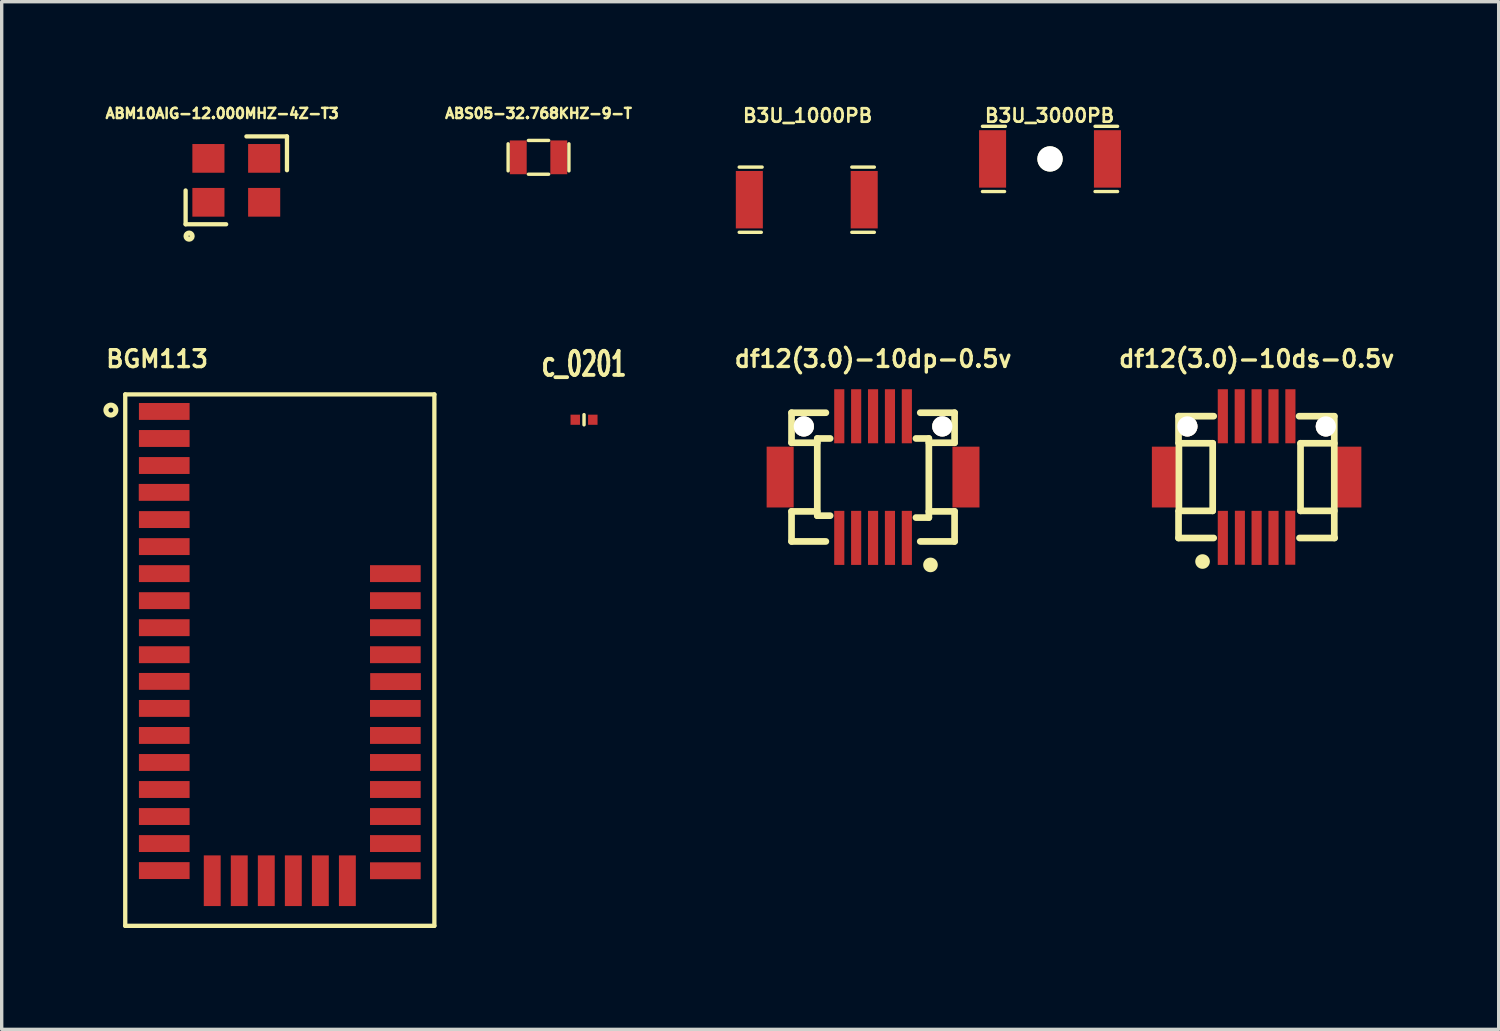
<source format=kicad_pcb>
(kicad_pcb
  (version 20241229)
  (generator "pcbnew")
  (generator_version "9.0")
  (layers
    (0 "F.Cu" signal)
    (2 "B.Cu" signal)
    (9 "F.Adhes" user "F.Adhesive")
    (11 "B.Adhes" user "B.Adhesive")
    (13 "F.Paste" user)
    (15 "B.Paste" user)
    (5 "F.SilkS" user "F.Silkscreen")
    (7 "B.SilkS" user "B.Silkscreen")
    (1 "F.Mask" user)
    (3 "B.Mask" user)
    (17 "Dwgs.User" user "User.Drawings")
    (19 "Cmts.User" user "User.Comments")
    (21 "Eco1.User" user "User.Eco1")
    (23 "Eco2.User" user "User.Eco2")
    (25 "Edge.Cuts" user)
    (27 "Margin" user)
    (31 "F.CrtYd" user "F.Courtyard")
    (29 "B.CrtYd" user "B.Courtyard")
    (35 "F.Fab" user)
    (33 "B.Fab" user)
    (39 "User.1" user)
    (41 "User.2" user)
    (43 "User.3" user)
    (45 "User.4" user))
  (footprint "B3U_3000PB"
    (layer "F.Cu")
    (at 28.03 1.654)
    (property "Reference" "B3U_3000PB" (at -0.013 -1.283 0) (layer "F.SilkS") (effects (font (size 0.399 0.399) (thickness 0.079))))
    (attr through_hole)
    (fp_line (start -2 -0.965) (end -1.321 -0.965) (stroke (width 0.1) (type solid)) (layer "F.SilkS"))
    (fp_line (start -2 0.965) (end -1.346 0.965) (stroke (width 0.1) (type solid)) (layer "F.SilkS"))
    (fp_line (start 2 -0.965) (end 1.333 -0.965) (stroke (width 0.1) (type solid)) (layer "F.SilkS"))
    (fp_line (start 2 0.965) (end 1.333 0.965) (stroke (width 0.1) (type solid)) (layer "F.SilkS"))
    (pad "" np_thru_hole circle (at 0 0) (size 0.75 0.75) (drill 0.75) (layers "*.Cu" "*.Mask" "F.SilkS"))
    (pad "1" smd rect (at -1.7 0) (size 0.8 1.7) (layers "F.Cu" "F.Mask" "F.Paste"))
    (pad "2" smd rect (at 1.7 0) (size 0.8 1.7) (layers "F.Cu" "F.Mask" "F.Paste")))
  (footprint "df12(3.0)-10ds-0.5v"
    (layer "F.Cu")
    (at 34.145 11.071)
    (property "Reference" "df12(3.0)-10ds-0.5v" (at 0 -3.5 0) (layer "F.SilkS") (effects (font (size 0.498 0.498) (thickness 0.099))))
    (attr through_hole)
    (fp_line (start -2.311 -1.803) (end -1.27 -1.803) (stroke (width 0.198) (type solid)) (layer "F.SilkS"))
    (fp_line (start -2.311 -1.016) (end -2.311 -1.803) (stroke (width 0.198) (type solid)) (layer "F.SilkS"))
    (fp_line (start -2.311 1.803) (end -2.311 1.016) (stroke (width 0.198) (type solid)) (layer "F.SilkS"))
    (fp_line (start -2.3 1) (end -2.3 -1) (stroke (width 0.198) (type solid)) (layer "F.SilkS"))
    (fp_line (start -1.6 2.5) (end -1.5 2.5) (stroke (width 0.15) (type solid)) (layer "F.SilkS"))
    (fp_line (start -1.3 -1) (end -2.3 -1) (stroke (width 0.198) (type solid)) (layer "F.SilkS"))
    (fp_line (start -1.3 1) (end -2.3 1) (stroke (width 0.198) (type solid)) (layer "F.SilkS"))
    (fp_line (start -1.3 1) (end -1.3 -1) (stroke (width 0.198) (type solid)) (layer "F.SilkS"))
    (fp_line (start -1.27 1.803) (end -2.311 1.803) (stroke (width 0.198) (type solid)) (layer "F.SilkS"))
    (fp_line (start 1.257 -1.801) (end 2.299 -1.801) (stroke (width 0.198) (type solid)) (layer "F.SilkS"))
    (fp_line (start 1.3 -1) (end 1.3 1) (stroke (width 0.198) (type solid)) (layer "F.SilkS"))
    (fp_line (start 1.3 -1) (end 2.3 -1) (stroke (width 0.198) (type solid)) (layer "F.SilkS"))
    (fp_line (start 2.299 -1.801) (end 2.299 1.801) (stroke (width 0.198) (type solid)) (layer "F.SilkS"))
    (fp_line (start 2.3 1) (end 1.3 1) (stroke (width 0.198) (type solid)) (layer "F.SilkS"))
    (fp_line (start 2.311 1.803) (end 1.27 1.803) (stroke (width 0.198) (type solid)) (layer "F.SilkS"))
    (fp_circle (center -1.6 2.5) (end -1.5 2.5) (stroke (width 0.15) (type solid)) (fill no) (layer "F.SilkS"))
    (fp_circle (center -1.6 2.5) (end -1.5 2.6) (stroke (width 0.15) (type solid)) (fill no) (layer "F.SilkS"))
    (pad "" smd rect (at -2.7 0) (size 0.8 1.8) (layers "F.Cu" "F.Mask" "F.Paste"))
    (pad "" np_thru_hole circle (at -2.05 -1.5) (size 0.6 0.6) (drill 0.597) (layers "*.Cu" "*.Mask" "F.SilkS"))
    (pad "" np_thru_hole circle (at 2.05 -1.5) (size 0.6 0.6) (drill 0.597) (layers "*.Cu" "*.Mask" "F.SilkS"))
    (pad "" smd rect (at 2.7 0) (size 0.8 1.8) (layers "F.Cu" "F.Mask" "F.Paste"))
    (pad "1" smd rect (at -1 1.8) (size 0.3 1.6) (layers "F.Cu" "F.Mask" "F.Paste"))
    (pad "2" smd rect (at -0.495 1.796) (size 0.297 1.598) (layers "F.Cu" "F.Mask" "F.Paste"))
    (pad "3" smd rect (at 0 1.8) (size 0.3 1.6) (layers "F.Cu" "F.Mask" "F.Paste"))
    (pad "4" smd rect (at 0.5 1.8) (size 0.3 1.6) (layers "F.Cu" "F.Mask" "F.Paste"))
    (pad "5" smd rect (at 0.996 1.796) (size 0.297 1.598) (layers "F.Cu" "F.Mask" "F.Paste"))
    (pad "6" smd rect (at 1 -1.8) (size 0.3 1.6) (layers "F.Cu" "F.Mask" "F.Paste"))
    (pad "7" smd rect (at 0.5 -1.8) (size 0.3 1.6) (layers "F.Cu" "F.Mask" "F.Paste"))
    (pad "8" smd rect (at 0 -1.8) (size 0.3 1.6) (layers "F.Cu" "F.Mask" "F.Paste"))
    (pad "9" smd rect (at -0.5 -1.8) (size 0.3 1.6) (layers "F.Cu" "F.Mask" "F.Paste"))
    (pad "10" smd rect (at -1 -1.8) (size 0.3 1.6) (layers "F.Cu" "F.Mask" "F.Paste")))
  (footprint "c_0201"
    (layer "F.Cu")
    (at 14.237 9.374)
    (property "Reference" "c_0201" (at 0 -1.651 0) (layer "F.SilkS") (effects (font (size 0.711 0.457) (thickness 0.114))))
    (attr through_hole)
    (fp_line (start 0 -0.15) (end 0 0.15) (stroke (width 0.102) (type solid)) (layer "F.SilkS"))
    (pad "1" smd rect (at -0.26 0) (size 0.28 0.3) (layers "F.Cu" "F.Mask" "F.Paste"))
    (pad "2" smd rect (at 0.26 0) (size 0.28 0.3) (layers "F.Cu" "F.Mask" "F.Paste")))
  (footprint "B3U_1000PB"
    (layer "F.Cu")
    (at 20.83 2.861)
    (property "Reference" "B3U_1000PB" (at 0.025 -2.489 0) (layer "F.SilkS") (effects (font (size 0.399 0.399) (thickness 0.079))))
    (attr through_hole)
    (fp_line (start -2 -0.965) (end -1.321 -0.965) (stroke (width 0.1) (type solid)) (layer "F.SilkS"))
    (fp_line (start -2 0.965) (end -1.346 0.965) (stroke (width 0.1) (type solid)) (layer "F.SilkS"))
    (fp_line (start 2 -0.965) (end 1.333 -0.965) (stroke (width 0.1) (type solid)) (layer "F.SilkS"))
    (fp_line (start 2 0.965) (end 1.333 0.965) (stroke (width 0.1) (type solid)) (layer "F.SilkS"))
    (pad "1" smd rect (at -1.7 0) (size 0.8 1.7) (layers "F.Cu" "F.Mask" "F.Paste"))
    (pad "2" smd rect (at 1.7 0) (size 0.8 1.7) (layers "F.Cu" "F.Mask" "F.Paste")))
  (footprint "ABS05-32.768KHZ-9-T"
    (layer "F.Cu")
    (at 12.89 1.607)
    (property "Reference" "ABS05-32.768KHZ-9-T" (at 0 -1.3 0) (layer "F.SilkS") (effects (font (size 0.3 0.3) (thickness 0.075))))
    (attr through_hole)
    (fp_line (start -0.9 0.4) (end -0.9 -0.4) (stroke (width 0.1) (type solid)) (layer "F.SilkS"))
    (fp_line (start -0.3 -0.5) (end 0.3 -0.5) (stroke (width 0.1) (type solid)) (layer "F.SilkS"))
    (fp_line (start 0.3 0.5) (end -0.3 0.5) (stroke (width 0.1) (type solid)) (layer "F.SilkS"))
    (fp_line (start 0.9 -0.4) (end 0.9 0.4) (stroke (width 0.1) (type solid)) (layer "F.SilkS"))
    (pad "1" smd rect (at -0.6 0) (size 0.5 1) (layers "F.Cu" "F.Mask" "F.Paste"))
    (pad "2" smd rect (at 0.6 0) (size 0.5 1) (layers "F.Cu" "F.Mask" "F.Paste")))
  (footprint "ABM10AIG-12.000MHZ-4Z-T3"
    (layer "F.Cu")
    (at 3.944 2.288)
    (property "Reference" "ABM10AIG-12.000MHZ-4Z-T3" (at -0.419 -1.981 0) (layer "F.SilkS") (effects (font (size 0.3 0.3) (thickness 0.075))))
    (attr through_hole)
    (fp_line (start -1.5 1.3) (end -1.5 0.3) (stroke (width 0.127) (type solid)) (layer "F.SilkS"))
    (fp_line (start -0.3 1.3) (end -1.5 1.3) (stroke (width 0.127) (type solid)) (layer "F.SilkS"))
    (fp_line (start 0.3 -1.3) (end 1.5 -1.3) (stroke (width 0.127) (type solid)) (layer "F.SilkS"))
    (fp_line (start 1.5 -1.3) (end 1.5 -0.3) (stroke (width 0.127) (type solid)) (layer "F.SilkS"))
    (fp_circle (center -1.397 1.651) (end -1.321 1.702) (stroke (width 0.15) (type solid)) (fill no) (layer "F.SilkS"))
    (pad "1" smd rect (at -0.825 0.65) (size 0.95 0.85) (layers "F.Cu" "F.Mask" "F.Paste"))
    (pad "2" smd rect (at 0.825 0.65) (size 0.95 0.85) (layers "F.Cu" "F.Mask" "F.Paste"))
    (pad "3" smd rect (at 0.825 -0.65) (size 0.95 0.85) (layers "F.Cu" "F.Mask" "F.Paste"))
    (pad "4" smd rect (at -0.825 -0.65) (size 0.95 0.85) (layers "F.Cu" "F.Mask" "F.Paste")))
  (footprint "BGM113"
    (layer "F.Cu")
    (at 5.232 16.489)
    (property "Reference" "BGM113" (at -3.632 -8.915 0) (layer "F.SilkS") (effects (font (size 0.5 0.5) (thickness 0.1))))
    (attr through_hole)
    (fp_line (start -4.575 -7.865) (end 4.575 -7.865) (stroke (width 0.127) (type solid)) (layer "F.SilkS"))
    (fp_line (start -4.575 7.865) (end -4.575 -7.865) (stroke (width 0.127) (type solid)) (layer "F.SilkS"))
    (fp_line (start 4.575 -7.865) (end 4.575 7.865) (stroke (width 0.127) (type solid)) (layer "F.SilkS"))
    (fp_line (start 4.575 7.865) (end -4.575 7.865) (stroke (width 0.127) (type solid)) (layer "F.SilkS"))
    (fp_circle (center -5 -7.4) (end -4.949 -7.349) (stroke (width 0.15) (type solid)) (fill no) (layer "F.SilkS"))
    (pad "1" smd rect (at -3.42 -7.36) (size 1.5 0.5) (layers "F.Cu" "F.Mask" "F.Paste"))
    (pad "2" smd rect (at -3.42 -6.56) (size 1.5 0.5) (layers "F.Cu" "F.Mask" "F.Paste"))
    (pad "3" smd rect (at -3.42 -5.76) (size 1.5 0.5) (layers "F.Cu" "F.Mask" "F.Paste"))
    (pad "4" smd rect (at -3.425 -4.965) (size 1.5 0.5) (layers "F.Cu" "F.Mask" "F.Paste"))
    (pad "5" smd rect (at -3.42 -4.16) (size 1.5 0.5) (layers "F.Cu" "F.Mask" "F.Paste"))
    (pad "6" smd rect (at -3.42 -3.36) (size 1.5 0.5) (layers "F.Cu" "F.Mask" "F.Paste"))
    (pad "7" smd rect (at -3.42 -2.56) (size 1.5 0.5) (layers "F.Cu" "F.Mask" "F.Paste"))
    (pad "8" smd rect (at -3.42 -1.76) (size 1.5 0.5) (layers "F.Cu" "F.Mask" "F.Paste"))
    (pad "9" smd rect (at -3.42 -0.96) (size 1.5 0.5) (layers "F.Cu" "F.Mask" "F.Paste"))
    (pad "10" smd rect (at -3.42 -0.16) (size 1.5 0.5) (layers "F.Cu" "F.Mask" "F.Paste"))
    (pad "11" smd rect (at -3.42 0.63) (size 1.5 0.5) (layers "F.Cu" "F.Mask" "F.Paste"))
    (pad "12" smd rect (at -3.42 1.43) (size 1.5 0.5) (layers "F.Cu" "F.Mask" "F.Paste"))
    (pad "13" smd rect (at -3.42 2.23) (size 1.5 0.5) (layers "F.Cu" "F.Mask" "F.Paste"))
    (pad "14" smd rect (at -3.42 3.03) (size 1.5 0.5) (layers "F.Cu" "F.Mask" "F.Paste"))
    (pad "15" smd rect (at -3.42 3.83) (size 1.5 0.5) (layers "F.Cu" "F.Mask" "F.Paste"))
    (pad "16" smd rect (at -3.42 4.63) (size 1.5 0.5) (layers "F.Cu" "F.Mask" "F.Paste"))
    (pad "17" smd rect (at -3.42 5.43) (size 1.5 0.5) (layers "F.Cu" "F.Mask" "F.Paste"))
    (pad "18" smd rect (at -3.42 6.23) (size 1.5 0.5) (layers "F.Cu" "F.Mask" "F.Paste"))
    (pad "19" smd rect (at -2 6.53) (size 0.5 1.5) (layers "F.Cu" "F.Mask" "F.Paste"))
    (pad "20" smd rect (at -1.2 6.53) (size 0.5 1.5) (layers "F.Cu" "F.Mask" "F.Paste"))
    (pad "21" smd rect (at -0.4 6.53) (size 0.5 1.5) (layers "F.Cu" "F.Mask" "F.Paste"))
    (pad "22" smd rect (at 0.4 6.53) (size 0.5 1.5) (layers "F.Cu" "F.Mask" "F.Paste"))
    (pad "23" smd rect (at 1.2 6.53) (size 0.5 1.5) (layers "F.Cu" "F.Mask" "F.Paste"))
    (pad "24" smd rect (at 2 6.53) (size 0.5 1.5) (layers "F.Cu" "F.Mask" "F.Paste"))
    (pad "25" smd rect (at 3.42 6.235) (size 1.5 0.5) (layers "F.Cu" "F.Mask" "F.Paste"))
    (pad "26" smd rect (at 3.42 5.43) (size 1.5 0.5) (layers "F.Cu" "F.Mask" "F.Paste"))
    (pad "27" smd rect (at 3.42 4.63) (size 1.5 0.5) (layers "F.Cu" "F.Mask" "F.Paste"))
    (pad "28" smd rect (at 3.42 3.83) (size 1.5 0.5) (layers "F.Cu" "F.Mask" "F.Paste"))
    (pad "29" smd rect (at 3.42 3.03) (size 1.5 0.5) (layers "F.Cu" "F.Mask" "F.Paste"))
    (pad "30" smd rect (at 3.42 2.23) (size 1.5 0.5) (layers "F.Cu" "F.Mask" "F.Paste"))
    (pad "31" smd rect (at 3.42 1.43) (size 1.5 0.5) (layers "F.Cu" "F.Mask" "F.Paste"))
    (pad "32" smd rect (at 3.425 0.635) (size 1.5 0.5) (layers "F.Cu" "F.Mask" "F.Paste"))
    (pad "33" smd rect (at 3.42 -0.16) (size 1.5 0.5) (layers "F.Cu" "F.Mask" "F.Paste"))
    (pad "34" smd rect (at 3.42 -0.96) (size 1.5 0.5) (layers "F.Cu" "F.Mask" "F.Paste"))
    (pad "35" smd rect (at 3.42 -1.76) (size 1.5 0.5) (layers "F.Cu" "F.Mask" "F.Paste"))
    (pad "36" smd rect (at 3.42 -2.56) (size 1.5 0.5) (layers "F.Cu" "F.Mask" "F.Paste")))
  (footprint "df12(3.0)-10dp-0.5v"
    (layer "F.Cu")
    (at 22.792 11.071)
    (property "Reference" "df12(3.0)-10dp-0.5v" (at 0 -3.5 0) (layer "F.SilkS") (effects (font (size 0.498 0.498) (thickness 0.099))))
    (attr through_hole)
    (fp_line (start -2.413 -1.905) (end -2.413 -1.016) (stroke (width 0.198) (type solid)) (layer "F.SilkS"))
    (fp_line (start -2.413 1.016) (end -2.413 1.905) (stroke (width 0.198) (type solid)) (layer "F.SilkS"))
    (fp_line (start -1.651 -1.016) (end -2.413 -1.016) (stroke (width 0.198) (type solid)) (layer "F.SilkS"))
    (fp_line (start -1.651 1.016) (end -2.413 1.016) (stroke (width 0.198) (type solid)) (layer "F.SilkS"))
    (fp_line (start -1.651 1.143) (end -1.651 -1.143) (stroke (width 0.198) (type solid)) (layer "F.SilkS"))
    (fp_line (start -1.397 -1.905) (end -2.413 -1.905) (stroke (width 0.198) (type solid)) (layer "F.SilkS"))
    (fp_line (start -1.397 1.905) (end -2.413 1.905) (stroke (width 0.198) (type solid)) (layer "F.SilkS"))
    (fp_line (start -1.27 -1.143) (end -1.651 -1.143) (stroke (width 0.198) (type solid)) (layer "F.SilkS"))
    (fp_line (start -1.27 1.143) (end -1.651 1.143) (stroke (width 0.198) (type solid)) (layer "F.SilkS"))
    (fp_line (start 1.651 -1.143) (end 1.27 -1.143) (stroke (width 0.198) (type solid)) (layer "F.SilkS"))
    (fp_line (start 1.651 -1.143) (end 1.651 1.199) (stroke (width 0.198) (type solid)) (layer "F.SilkS"))
    (fp_line (start 1.651 -1.016) (end 2.413 -1.016) (stroke (width 0.198) (type solid)) (layer "F.SilkS"))
    (fp_line (start 1.651 1.199) (end 1.27 1.199) (stroke (width 0.198) (type solid)) (layer "F.SilkS"))
    (fp_line (start 1.7 2.6) (end 1.7 2.5) (stroke (width 0.15) (type solid)) (layer "F.SilkS"))
    (fp_line (start 2.413 -1.905) (end 1.397 -1.905) (stroke (width 0.198) (type solid)) (layer "F.SilkS"))
    (fp_line (start 2.413 -1.905) (end 2.413 -1.016) (stroke (width 0.198) (type solid)) (layer "F.SilkS"))
    (fp_line (start 2.413 1.016) (end 1.651 1.016) (stroke (width 0.198) (type solid)) (layer "F.SilkS"))
    (fp_line (start 2.413 1.016) (end 2.413 1.905) (stroke (width 0.198) (type solid)) (layer "F.SilkS"))
    (fp_line (start 2.413 1.905) (end 1.397 1.905) (stroke (width 0.198) (type solid)) (layer "F.SilkS"))
    (fp_circle (center 1.7 2.6) (end 1.8 2.6) (stroke (width 0.15) (type solid)) (fill no) (layer "F.SilkS"))
    (fp_circle (center 1.7 2.6) (end 1.8 2.7) (stroke (width 0.15) (type solid)) (fill no) (layer "F.SilkS"))
    (pad "" smd rect (at -2.75 0) (size 0.8 1.8) (layers "F.Cu" "F.Mask" "F.Paste"))
    (pad "" np_thru_hole circle (at -2.05 -1.5) (size 0.6 0.6) (drill 0.597) (layers "*.Cu" "*.Mask" "F.SilkS"))
    (pad "" np_thru_hole circle (at 2.05 -1.5) (size 0.6 0.6) (drill 0.597) (layers "*.Cu" "*.Mask" "F.SilkS"))
    (pad "" smd rect (at 2.75 0) (size 0.8 1.8) (layers "F.Cu" "F.Mask" "F.Paste"))
    (pad "1" smd rect (at 1 1.8) (size 0.3 1.6) (layers "F.Cu" "F.Mask" "F.Paste"))
    (pad "2" smd rect (at 0.5 1.8) (size 0.3 1.6) (layers "F.Cu" "F.Mask" "F.Paste"))
    (pad "3" smd rect (at 0 1.8) (size 0.3 1.6) (layers "F.Cu" "F.Mask" "F.Paste"))
    (pad "4" smd rect (at -0.5 1.8) (size 0.3 1.6) (layers "F.Cu" "F.Mask" "F.Paste"))
    (pad "5" smd rect (at -1 1.8) (size 0.3 1.6) (layers "F.Cu" "F.Mask" "F.Paste"))
    (pad "6" smd rect (at -1 -1.8) (size 0.3 1.6) (layers "F.Cu" "F.Mask" "F.Paste"))
    (pad "7" smd rect (at -0.5 -1.8) (size 0.3 1.6) (layers "F.Cu" "F.Mask" "F.Paste"))
    (pad "8" smd rect (at 0 -1.8) (size 0.3 1.6) (layers "F.Cu" "F.Mask" "F.Paste"))
    (pad "9" smd rect (at 0.5 -1.8) (size 0.3 1.6) (layers "F.Cu" "F.Mask" "F.Paste"))
    (pad "10" smd rect (at 1 -1.8) (size 0.3 1.6) (layers "F.Cu" "F.Mask" "F.Paste")))
  (gr_rect
    (start -3 -3)
    (end 41.31 27.418)
    (stroke (width 0.1) (type default))
    (fill no)
    (layer "Edge.Cuts")))
</source>
